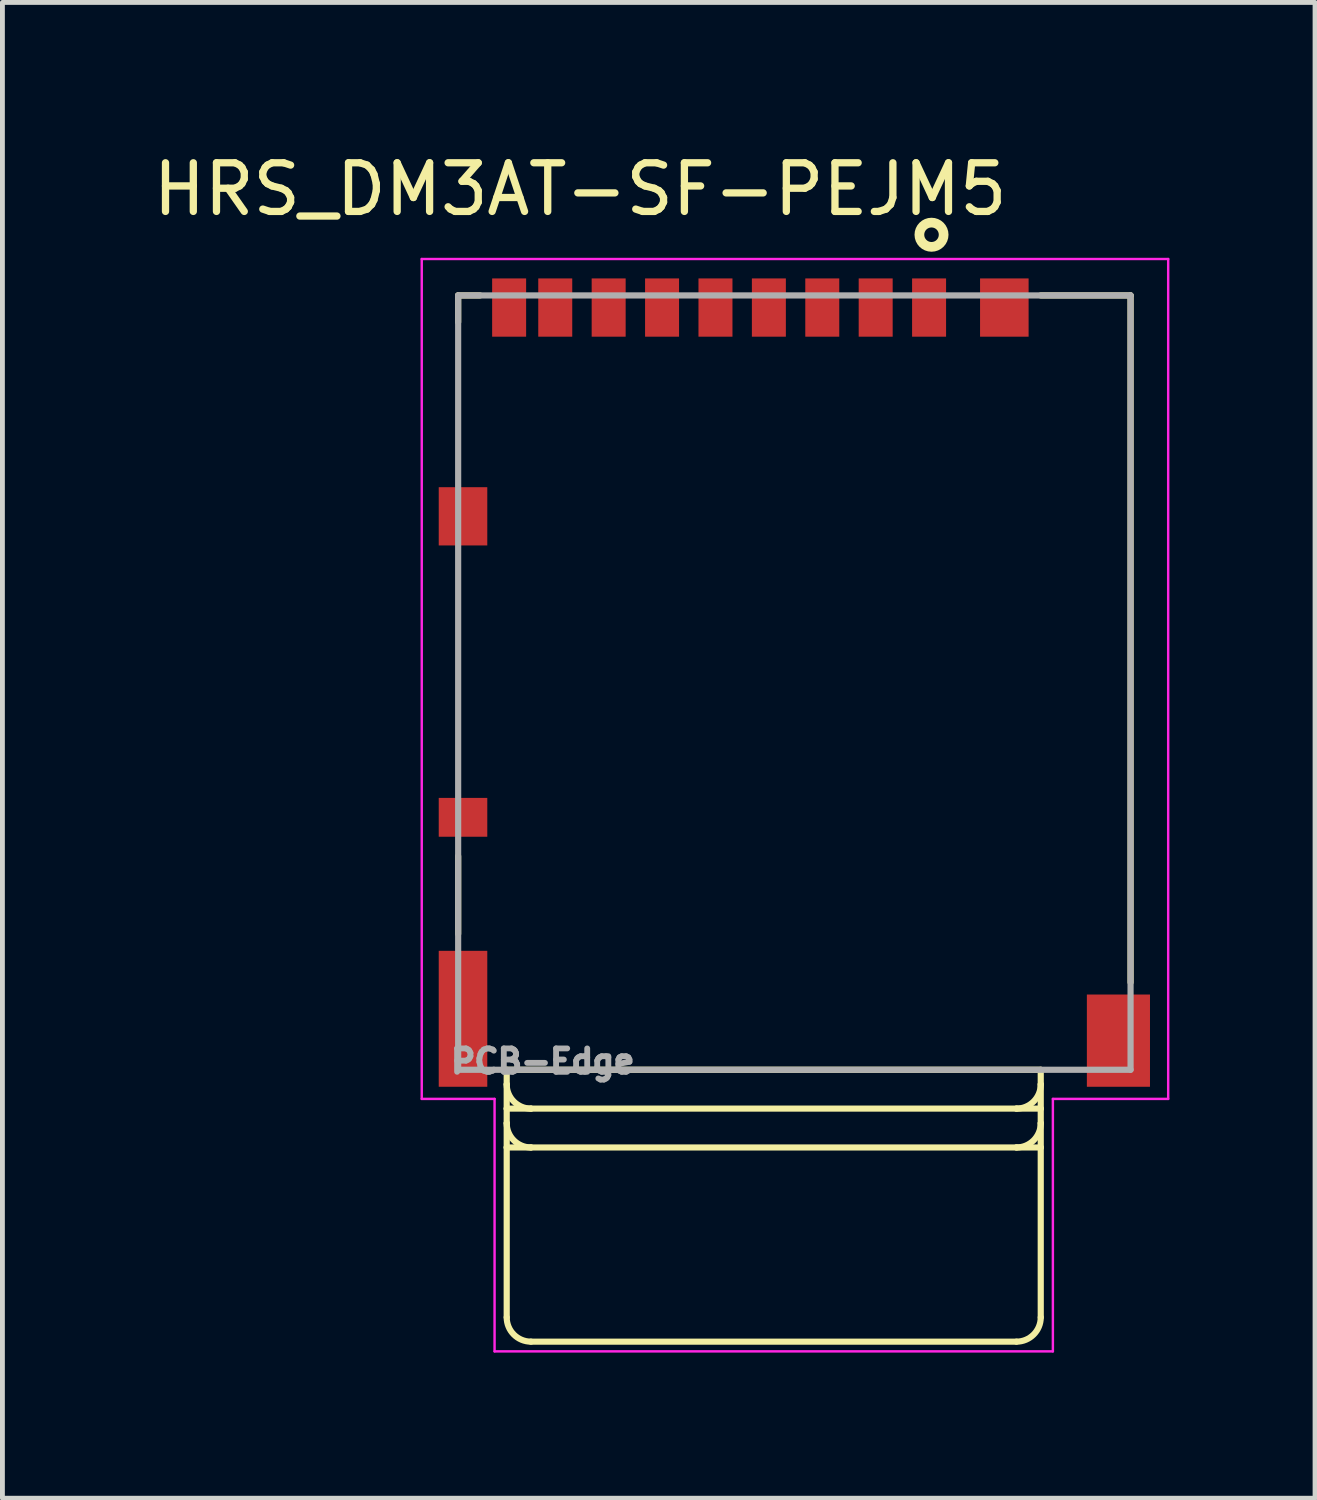
<source format=kicad_pcb>
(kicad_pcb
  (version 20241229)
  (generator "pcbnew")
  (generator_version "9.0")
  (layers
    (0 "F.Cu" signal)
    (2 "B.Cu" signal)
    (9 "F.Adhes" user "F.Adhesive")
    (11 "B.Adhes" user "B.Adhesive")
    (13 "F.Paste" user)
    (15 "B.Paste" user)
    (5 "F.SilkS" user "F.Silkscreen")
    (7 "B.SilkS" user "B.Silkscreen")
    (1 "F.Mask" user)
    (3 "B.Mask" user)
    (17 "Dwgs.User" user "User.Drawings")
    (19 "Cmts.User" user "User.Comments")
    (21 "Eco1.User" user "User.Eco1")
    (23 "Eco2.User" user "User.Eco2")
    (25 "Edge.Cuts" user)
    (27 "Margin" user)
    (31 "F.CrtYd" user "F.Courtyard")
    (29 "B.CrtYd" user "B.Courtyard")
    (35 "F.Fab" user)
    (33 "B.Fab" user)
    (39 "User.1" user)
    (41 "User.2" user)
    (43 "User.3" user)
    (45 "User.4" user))
  (footprint "HRS_DM3AT-SF-PEJM5"
    (layer "F.Cu")
    (at 12.887 3.285)
    (property "Reference" "HRS_DM3AT-SF-PEJM5" (at -3.987 -2.436 0) (layer "F.SilkS") (effects (font (size 1.002 1.002) (thickness 0.15))))
    (attr through_hole)
    (fp_line (start -6.5 -0.25) (end -6.5 0.3) (stroke (width 0.127) (type solid)) (layer "F.SilkS"))
    (fp_line (start -6.5 12.9) (end -6.5 11.3) (stroke (width 0.127) (type solid)) (layer "F.SilkS"))
    (fp_line (start -6.05 -0.25) (end -6.5 -0.25) (stroke (width 0.127) (type solid)) (layer "F.SilkS"))
    (fp_line (start -5.5 15.7) (end -5.5 16) (stroke (width 0.127) (type solid)) (layer "F.SilkS"))
    (fp_line (start -5.5 15.7) (end 5.5 15.7) (stroke (width 0.127) (type solid)) (layer "F.SilkS"))
    (fp_line (start -5.5 16.5) (end -5.5 16) (stroke (width 0.127) (type solid)) (layer "F.SilkS"))
    (fp_line (start -5.5 16.5) (end -5.5 16.8) (stroke (width 0.127) (type solid)) (layer "F.SilkS"))
    (fp_line (start -5.5 17.3) (end -5.5 16.8) (stroke (width 0.127) (type solid)) (layer "F.SilkS"))
    (fp_line (start -5.5 17.3) (end -5.5 20.8) (stroke (width 0.127) (type solid)) (layer "F.SilkS"))
    (fp_line (start -5 16.5) (end -5.5 16.5) (stroke (width 0.127) (type solid)) (layer "F.SilkS"))
    (fp_line (start -5 17.3) (end -5.5 17.3) (stroke (width 0.127) (type solid)) (layer "F.SilkS"))
    (fp_line (start 5 16.5) (end -5 16.5) (stroke (width 0.127) (type solid)) (layer "F.SilkS"))
    (fp_line (start 5 17.3) (end -5 17.3) (stroke (width 0.127) (type solid)) (layer "F.SilkS"))
    (fp_line (start 5 21.3) (end -5 21.3) (stroke (width 0.127) (type solid)) (layer "F.SilkS"))
    (fp_line (start 5.5 -0.25) (end 7.35 -0.25) (stroke (width 0.127) (type solid)) (layer "F.SilkS"))
    (fp_line (start 5.5 15.7) (end 5.5 16) (stroke (width 0.127) (type solid)) (layer "F.SilkS"))
    (fp_line (start 5.5 16) (end 5.5 16.5) (stroke (width 0.127) (type solid)) (layer "F.SilkS"))
    (fp_line (start 5.5 16.5) (end 5 16.5) (stroke (width 0.127) (type solid)) (layer "F.SilkS"))
    (fp_line (start 5.5 16.5) (end 5.5 16.8) (stroke (width 0.127) (type solid)) (layer "F.SilkS"))
    (fp_line (start 5.5 16.8) (end 5.5 17.3) (stroke (width 0.127) (type solid)) (layer "F.SilkS"))
    (fp_line (start 5.5 17.3) (end 5 17.3) (stroke (width 0.127) (type solid)) (layer "F.SilkS"))
    (fp_line (start 5.5 17.3) (end 5.5 20.8) (stroke (width 0.127) (type solid)) (layer "F.SilkS"))
    (fp_line (start 7.35 -0.25) (end 7.35 13.9) (stroke (width 0.127) (type solid)) (layer "F.SilkS"))
    (fp_arc (start -5 16.5) (mid -5.353553 16.353553) (end -5.5 16) (stroke (width 0.127) (type solid)) (layer "F.SilkS"))
    (fp_arc (start -5 17.3) (mid -5.353553 17.153553) (end -5.5 16.8) (stroke (width 0.127) (type solid)) (layer "F.SilkS"))
    (fp_arc (start -5 21.3) (mid -5.353553 21.153553) (end -5.5 20.8) (stroke (width 0.127) (type solid)) (layer "F.SilkS"))
    (fp_arc (start 5.5 16) (mid 5.353553 16.353553) (end 5 16.5) (stroke (width 0.127) (type solid)) (layer "F.SilkS"))
    (fp_arc (start 5.5 16.8) (mid 5.353553 17.153553) (end 5 17.3) (stroke (width 0.127) (type solid)) (layer "F.SilkS"))
    (fp_arc (start 5.5 20.8) (mid 5.353553 21.153553) (end 5 21.3) (stroke (width 0.127) (type solid)) (layer "F.SilkS"))
    (fp_circle (center 3.25 -1.5) (end 3.5 -1.5) (stroke (width 0.2) (type solid)) (fill no) (layer "F.SilkS"))
    (fp_line (start -7.25 -1) (end 8.125 -1) (stroke (width 0.05) (type solid)) (layer "F.CrtYd"))
    (fp_line (start -7.25 16.3) (end -7.25 -1) (stroke (width 0.05) (type solid)) (layer "F.CrtYd"))
    (fp_line (start -5.75 16.3) (end -7.25 16.3) (stroke (width 0.05) (type solid)) (layer "F.CrtYd"))
    (fp_line (start -5.75 21.5) (end -5.75 16.3) (stroke (width 0.05) (type solid)) (layer "F.CrtYd"))
    (fp_line (start 5.75 16.3) (end 5.75 21.5) (stroke (width 0.05) (type solid)) (layer "F.CrtYd"))
    (fp_line (start 5.75 21.5) (end -5.75 21.5) (stroke (width 0.05) (type solid)) (layer "F.CrtYd"))
    (fp_line (start 8.125 -1) (end 8.125 16.3) (stroke (width 0.05) (type solid)) (layer "F.CrtYd"))
    (fp_line (start 8.125 16.3) (end 5.75 16.3) (stroke (width 0.05) (type solid)) (layer "F.CrtYd"))
    (fp_line (start -6.5 -0.25) (end 7.35 -0.25) (stroke (width 0.127) (type solid)) (layer "F.Fab"))
    (fp_line (start -6.5 15.7) (end -6.5 -0.25) (stroke (width 0.127) (type solid)) (layer "F.Fab"))
    (fp_line (start 7.35 -0.25) (end 7.35 15.7) (stroke (width 0.127) (type solid)) (layer "F.Fab"))
    (fp_line (start 7.35 15.7) (end -6.5 15.7) (stroke (width 0.127) (type solid)) (layer "F.Fab"))
    (fp_text user "PCB-Edge" (at -4.758 15.525 0) (layer "F.Fab") (effects (font (size 0.481 0.481) (thickness 0.15))))
    (pad "1" smd rect (at 3.2 0) (size 0.7 1.2) (layers "F.Cu" "F.Mask" "F.Paste"))
    (pad "2" smd rect (at 2.1 0) (size 0.7 1.2) (layers "F.Cu" "F.Mask" "F.Paste"))
    (pad "3" smd rect (at 1 0) (size 0.7 1.2) (layers "F.Cu" "F.Mask" "F.Paste"))
    (pad "4" smd rect (at -0.1 0) (size 0.7 1.2) (layers "F.Cu" "F.Mask" "F.Paste"))
    (pad "5" smd rect (at -1.2 0) (size 0.7 1.2) (layers "F.Cu" "F.Mask" "F.Paste"))
    (pad "6" smd rect (at -2.3 0) (size 0.7 1.2) (layers "F.Cu" "F.Mask" "F.Paste"))
    (pad "7" smd rect (at -3.4 0) (size 0.7 1.2) (layers "F.Cu" "F.Mask" "F.Paste"))
    (pad "8" smd rect (at -4.5 0) (size 0.7 1.2) (layers "F.Cu" "F.Mask" "F.Paste"))
    (pad "P" smd rect (at -6.4 14.65) (size 1 2.8) (layers "F.Cu" "F.Mask" "F.Paste"))
    (pad "P" smd rect (at 4.75 0) (size 1 1.2) (layers "F.Cu" "F.Mask" "F.Paste"))
    (pad "P" smd rect (at 7.1 15.1) (size 1.3 1.9) (layers "F.Cu" "F.Mask" "F.Paste"))
    (pad "P1" smd rect (at -6.4 4.3) (size 1 1.2) (layers "F.Cu" "F.Mask" "F.Paste"))
    (pad "SWA" smd rect (at -6.4 10.5) (size 1 0.8) (layers "F.Cu" "F.Mask" "F.Paste"))
    (pad "SWB" smd rect (at -5.45 0) (size 0.7 1.2) (layers "F.Cu" "F.Mask" "F.Paste"))
    (zone (net_name "") (layer "F.Cu") (hatch full 0.508) (connect_pads) (min_thickness 0.01) (filled_areas_thickness no) (keepout (tracks not_allowed) (vias not_allowed) (pads not_allowed) (copperpour not_allowed) (footprints allowed)) (placement (enabled no)) (fill) (polygon (pts (xy 6.074 3.735) (xy 6.837 3.735) (xy 6.837 6.992) (xy 6.074 6.992))))
    (zone (net_name "") (layer "F.Cu") (hatch full 0.508) (connect_pads) (min_thickness 0.01) (filled_areas_thickness no) (keepout (tracks not_allowed) (vias not_allowed) (pads not_allowed) (copperpour not_allowed) (footprints allowed)) (placement (enabled no)) (fill) (polygon (pts (xy 6.083 8.185) (xy 6.837 8.185) (xy 6.837 11.79) (xy 6.083 11.79))))
    (zone (net_name "") (layer "F.Cu") (hatch full 0.508) (connect_pads) (min_thickness 0.01) (filled_areas_thickness no) (keepout (tracks not_allowed) (vias not_allowed) (pads not_allowed) (copperpour not_allowed) (footprints allowed)) (placement (enabled no)) (fill) (polygon (pts (xy 7.181 9.585) (xy 7.887 9.585) (xy 7.887 17.2) (xy 7.181 17.2))))
    (zone (net_name "") (layer "F.Cu") (hatch full 0.508) (connect_pads) (min_thickness 0.01) (filled_areas_thickness no) (keepout (tracks not_allowed) (vias not_allowed) (pads not_allowed) (copperpour not_allowed) (footprints allowed)) (placement (enabled no)) (fill) (polygon (pts (xy 7.884 8.285) (xy 16.587 8.285) (xy 16.587 9.889) (xy 7.884 9.889))))
    (zone (net_name "") (layer "F.Cu") (hatch full 0.508) (connect_pads) (min_thickness 0.01) (filled_areas_thickness no) (keepout (tracks not_allowed) (vias not_allowed) (pads not_allowed) (copperpour not_allowed) (footprints allowed)) (placement (enabled no)) (fill) (polygon (pts (xy 16.238 17.985) (xy 18.787 17.985) (xy 18.787 19.342) (xy 16.238 19.342)))))
  (gr_rect
    (start -3 -3)
    (end 24.037 27.81)
    (stroke (width 0.1) (type default))
    (fill no)
    (layer "Edge.Cuts")))
</source>
